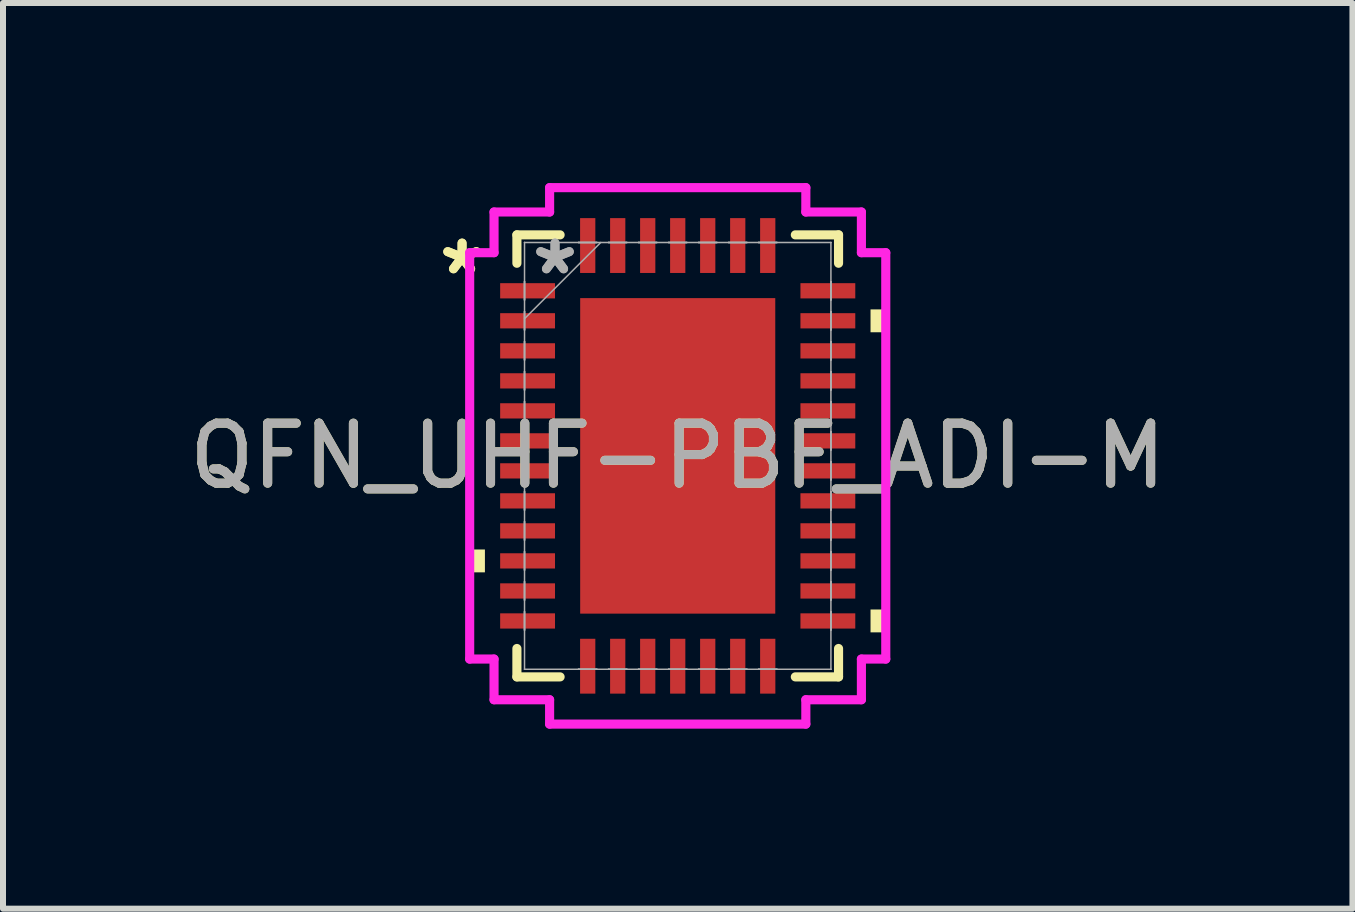
<source format=kicad_pcb>
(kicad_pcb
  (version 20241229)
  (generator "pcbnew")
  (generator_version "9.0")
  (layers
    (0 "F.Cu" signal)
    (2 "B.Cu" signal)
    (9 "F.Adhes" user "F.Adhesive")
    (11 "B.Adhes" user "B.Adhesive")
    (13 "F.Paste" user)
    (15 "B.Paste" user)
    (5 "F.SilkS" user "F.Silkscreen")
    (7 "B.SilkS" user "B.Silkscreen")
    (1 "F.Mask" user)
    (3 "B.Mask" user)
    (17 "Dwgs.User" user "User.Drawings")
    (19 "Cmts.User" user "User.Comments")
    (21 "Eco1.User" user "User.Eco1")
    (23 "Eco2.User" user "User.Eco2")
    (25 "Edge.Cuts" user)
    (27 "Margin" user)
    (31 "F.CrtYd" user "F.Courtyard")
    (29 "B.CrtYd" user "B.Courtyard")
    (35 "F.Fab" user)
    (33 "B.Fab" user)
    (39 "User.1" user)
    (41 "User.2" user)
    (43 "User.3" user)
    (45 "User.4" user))
  (footprint "QFN_UHF-PBF_ADI-M"
    (layer "F.Cu")
    (at 8.244 4.547)
    (property "Reference" "QFN_UHF-PBF_ADI-M" (at 0 0 0) (unlocked yes) (layer "F.SilkS") (effects (font (size 1 1) (thickness 0.15))))
    (attr smd)
    (fp_line (start -2.68 -3.683) (end -2.68 -3.21) (stroke (width 0.152) (type solid)) (layer "F.SilkS"))
    (fp_line (start -2.68 3.21) (end -2.68 3.683) (stroke (width 0.152) (type solid)) (layer "F.SilkS"))
    (fp_line (start -2.68 3.683) (end -1.96 3.683) (stroke (width 0.152) (type solid)) (layer "F.SilkS"))
    (fp_line (start -1.96 -3.683) (end -2.68 -3.683) (stroke (width 0.152) (type solid)) (layer "F.SilkS"))
    (fp_line (start 1.96 3.683) (end 2.68 3.683) (stroke (width 0.152) (type solid)) (layer "F.SilkS"))
    (fp_line (start 2.68 -3.683) (end 1.96 -3.683) (stroke (width 0.152) (type solid)) (layer "F.SilkS"))
    (fp_line (start 2.68 -3.21) (end 2.68 -3.683) (stroke (width 0.152) (type solid)) (layer "F.SilkS"))
    (fp_line (start 2.68 3.683) (end 2.68 3.21) (stroke (width 0.152) (type solid)) (layer "F.SilkS"))
    (fp_poly (pts (xy -3.467 1.56) (xy -3.467 1.941) (xy -3.213 1.941) (xy -3.213 1.56)) (stroke (width 0) (type solid)) (fill yes) (layer "F.SilkS"))
    (fp_poly (pts (xy 3.467 -2.441) (xy 3.467 -2.06) (xy 3.213 -2.06) (xy 3.213 -2.441)) (stroke (width 0) (type solid)) (fill yes) (layer "F.SilkS"))
    (fp_poly (pts (xy 3.467 2.56) (xy 3.467 2.941) (xy 3.213 2.941) (xy 3.213 2.56)) (stroke (width 0) (type solid)) (fill yes) (layer "F.SilkS"))
    (fp_poly (pts (xy -1.526 -2.529) (xy -1.526 -1.414) (xy -0.1 -1.414) (xy -0.1 -2.529)) (stroke (width 0) (type solid)) (fill yes) (layer "F.Paste"))
    (fp_poly (pts (xy -1.526 -1.214) (xy -1.526 -0.1) (xy -0.1 -0.1) (xy -0.1 -1.214)) (stroke (width 0) (type solid)) (fill yes) (layer "F.Paste"))
    (fp_poly (pts (xy -1.526 0.1) (xy -1.526 1.214) (xy -0.1 1.214) (xy -0.1 0.1)) (stroke (width 0) (type solid)) (fill yes) (layer "F.Paste"))
    (fp_poly (pts (xy -1.526 1.414) (xy -1.526 2.529) (xy -0.1 2.529) (xy -0.1 1.414)) (stroke (width 0) (type solid)) (fill yes) (layer "F.Paste"))
    (fp_poly (pts (xy 0.1 -2.529) (xy 0.1 -1.414) (xy 1.526 -1.414) (xy 1.526 -2.529)) (stroke (width 0) (type solid)) (fill yes) (layer "F.Paste"))
    (fp_poly (pts (xy 0.1 -1.214) (xy 0.1 -0.1) (xy 1.526 -0.1) (xy 1.526 -1.214)) (stroke (width 0) (type solid)) (fill yes) (layer "F.Paste"))
    (fp_poly (pts (xy 0.1 0.1) (xy 0.1 1.214) (xy 1.526 1.214) (xy 1.526 0.1)) (stroke (width 0) (type solid)) (fill yes) (layer "F.Paste"))
    (fp_poly (pts (xy 0.1 1.414) (xy 0.1 2.529) (xy 1.526 2.529) (xy 1.526 1.414)) (stroke (width 0) (type solid)) (fill yes) (layer "F.Paste"))
    (fp_line (start -3.467 -3.386) (end -3.061 -3.386) (stroke (width 0.152) (type solid)) (layer "F.CrtYd"))
    (fp_line (start -3.467 3.386) (end -3.467 -3.386) (stroke (width 0.152) (type solid)) (layer "F.CrtYd"))
    (fp_line (start -3.061 -4.064) (end -2.135 -4.064) (stroke (width 0.152) (type solid)) (layer "F.CrtYd"))
    (fp_line (start -3.061 -3.386) (end -3.061 -4.064) (stroke (width 0.152) (type solid)) (layer "F.CrtYd"))
    (fp_line (start -3.061 3.386) (end -3.467 3.386) (stroke (width 0.152) (type solid)) (layer "F.CrtYd"))
    (fp_line (start -3.061 4.064) (end -3.061 3.386) (stroke (width 0.152) (type solid)) (layer "F.CrtYd"))
    (fp_line (start -2.135 -4.47) (end 2.135 -4.47) (stroke (width 0.152) (type solid)) (layer "F.CrtYd"))
    (fp_line (start -2.135 -4.064) (end -2.135 -4.47) (stroke (width 0.152) (type solid)) (layer "F.CrtYd"))
    (fp_line (start -2.135 4.064) (end -3.061 4.064) (stroke (width 0.152) (type solid)) (layer "F.CrtYd"))
    (fp_line (start -2.135 4.47) (end -2.135 4.064) (stroke (width 0.152) (type solid)) (layer "F.CrtYd"))
    (fp_line (start 2.135 -4.47) (end 2.135 -4.064) (stroke (width 0.152) (type solid)) (layer "F.CrtYd"))
    (fp_line (start 2.135 -4.064) (end 3.061 -4.064) (stroke (width 0.152) (type solid)) (layer "F.CrtYd"))
    (fp_line (start 2.135 4.064) (end 2.135 4.47) (stroke (width 0.152) (type solid)) (layer "F.CrtYd"))
    (fp_line (start 2.135 4.47) (end -2.135 4.47) (stroke (width 0.152) (type solid)) (layer "F.CrtYd"))
    (fp_line (start 3.061 -4.064) (end 3.061 -3.386) (stroke (width 0.152) (type solid)) (layer "F.CrtYd"))
    (fp_line (start 3.061 -3.386) (end 3.467 -3.386) (stroke (width 0.152) (type solid)) (layer "F.CrtYd"))
    (fp_line (start 3.061 3.386) (end 3.061 4.064) (stroke (width 0.152) (type solid)) (layer "F.CrtYd"))
    (fp_line (start 3.061 4.064) (end 2.135 4.064) (stroke (width 0.152) (type solid)) (layer "F.CrtYd"))
    (fp_line (start 3.467 -3.386) (end 3.467 3.386) (stroke (width 0.152) (type solid)) (layer "F.CrtYd"))
    (fp_line (start 3.467 3.386) (end 3.061 3.386) (stroke (width 0.152) (type solid)) (layer "F.CrtYd"))
    (fp_line (start -2.553 -3.556) (end -2.553 -3.556) (stroke (width 0.025) (type solid)) (layer "F.Fab"))
    (fp_line (start -2.553 -3.556) (end -2.553 3.556) (stroke (width 0.025) (type solid)) (layer "F.Fab"))
    (fp_line (start -2.553 -2.903) (end -2.553 -2.903) (stroke (width 0.025) (type solid)) (layer "F.Fab"))
    (fp_line (start -2.553 -2.903) (end -2.553 -2.598) (stroke (width 0.025) (type solid)) (layer "F.Fab"))
    (fp_line (start -2.553 -2.598) (end -2.553 -2.903) (stroke (width 0.025) (type solid)) (layer "F.Fab"))
    (fp_line (start -2.553 -2.598) (end -2.553 -2.598) (stroke (width 0.025) (type solid)) (layer "F.Fab"))
    (fp_line (start -2.553 -2.403) (end -2.553 -2.403) (stroke (width 0.025) (type solid)) (layer "F.Fab"))
    (fp_line (start -2.553 -2.403) (end -2.553 -2.098) (stroke (width 0.025) (type solid)) (layer "F.Fab"))
    (fp_line (start -2.553 -2.286) (end -1.283 -3.556) (stroke (width 0.025) (type solid)) (layer "F.Fab"))
    (fp_line (start -2.553 -2.098) (end -2.553 -2.403) (stroke (width 0.025) (type solid)) (layer "F.Fab"))
    (fp_line (start -2.553 -2.098) (end -2.553 -2.098) (stroke (width 0.025) (type solid)) (layer "F.Fab"))
    (fp_line (start -2.553 -1.903) (end -2.553 -1.903) (stroke (width 0.025) (type solid)) (layer "F.Fab"))
    (fp_line (start -2.553 -1.903) (end -2.553 -1.598) (stroke (width 0.025) (type solid)) (layer "F.Fab"))
    (fp_line (start -2.553 -1.598) (end -2.553 -1.903) (stroke (width 0.025) (type solid)) (layer "F.Fab"))
    (fp_line (start -2.553 -1.598) (end -2.553 -1.598) (stroke (width 0.025) (type solid)) (layer "F.Fab"))
    (fp_line (start -2.553 -1.403) (end -2.553 -1.403) (stroke (width 0.025) (type solid)) (layer "F.Fab"))
    (fp_line (start -2.553 -1.403) (end -2.553 -1.098) (stroke (width 0.025) (type solid)) (layer "F.Fab"))
    (fp_line (start -2.553 -1.098) (end -2.553 -1.403) (stroke (width 0.025) (type solid)) (layer "F.Fab"))
    (fp_line (start -2.553 -1.098) (end -2.553 -1.098) (stroke (width 0.025) (type solid)) (layer "F.Fab"))
    (fp_line (start -2.553 -0.903) (end -2.553 -0.903) (stroke (width 0.025) (type solid)) (layer "F.Fab"))
    (fp_line (start -2.553 -0.903) (end -2.553 -0.598) (stroke (width 0.025) (type solid)) (layer "F.Fab"))
    (fp_line (start -2.553 -0.598) (end -2.553 -0.903) (stroke (width 0.025) (type solid)) (layer "F.Fab"))
    (fp_line (start -2.553 -0.598) (end -2.553 -0.598) (stroke (width 0.025) (type solid)) (layer "F.Fab"))
    (fp_line (start -2.553 -0.402) (end -2.553 -0.402) (stroke (width 0.025) (type solid)) (layer "F.Fab"))
    (fp_line (start -2.553 -0.402) (end -2.553 -0.098) (stroke (width 0.025) (type solid)) (layer "F.Fab"))
    (fp_line (start -2.553 -0.098) (end -2.553 -0.402) (stroke (width 0.025) (type solid)) (layer "F.Fab"))
    (fp_line (start -2.553 -0.098) (end -2.553 -0.098) (stroke (width 0.025) (type solid)) (layer "F.Fab"))
    (fp_line (start -2.553 0.098) (end -2.553 0.098) (stroke (width 0.025) (type solid)) (layer "F.Fab"))
    (fp_line (start -2.553 0.098) (end -2.553 0.402) (stroke (width 0.025) (type solid)) (layer "F.Fab"))
    (fp_line (start -2.553 0.402) (end -2.553 0.098) (stroke (width 0.025) (type solid)) (layer "F.Fab"))
    (fp_line (start -2.553 0.402) (end -2.553 0.402) (stroke (width 0.025) (type solid)) (layer "F.Fab"))
    (fp_line (start -2.553 0.598) (end -2.553 0.598) (stroke (width 0.025) (type solid)) (layer "F.Fab"))
    (fp_line (start -2.553 0.598) (end -2.553 0.903) (stroke (width 0.025) (type solid)) (layer "F.Fab"))
    (fp_line (start -2.553 0.903) (end -2.553 0.598) (stroke (width 0.025) (type solid)) (layer "F.Fab"))
    (fp_line (start -2.553 0.903) (end -2.553 0.903) (stroke (width 0.025) (type solid)) (layer "F.Fab"))
    (fp_line (start -2.553 1.098) (end -2.553 1.098) (stroke (width 0.025) (type solid)) (layer "F.Fab"))
    (fp_line (start -2.553 1.098) (end -2.553 1.403) (stroke (width 0.025) (type solid)) (layer "F.Fab"))
    (fp_line (start -2.553 1.403) (end -2.553 1.098) (stroke (width 0.025) (type solid)) (layer "F.Fab"))
    (fp_line (start -2.553 1.403) (end -2.553 1.403) (stroke (width 0.025) (type solid)) (layer "F.Fab"))
    (fp_line (start -2.553 1.598) (end -2.553 1.598) (stroke (width 0.025) (type solid)) (layer "F.Fab"))
    (fp_line (start -2.553 1.598) (end -2.553 1.903) (stroke (width 0.025) (type solid)) (layer "F.Fab"))
    (fp_line (start -2.553 1.903) (end -2.553 1.598) (stroke (width 0.025) (type solid)) (layer "F.Fab"))
    (fp_line (start -2.553 1.903) (end -2.553 1.903) (stroke (width 0.025) (type solid)) (layer "F.Fab"))
    (fp_line (start -2.553 2.098) (end -2.553 2.098) (stroke (width 0.025) (type solid)) (layer "F.Fab"))
    (fp_line (start -2.553 2.098) (end -2.553 2.403) (stroke (width 0.025) (type solid)) (layer "F.Fab"))
    (fp_line (start -2.553 2.403) (end -2.553 2.098) (stroke (width 0.025) (type solid)) (layer "F.Fab"))
    (fp_line (start -2.553 2.403) (end -2.553 2.403) (stroke (width 0.025) (type solid)) (layer "F.Fab"))
    (fp_line (start -2.553 2.598) (end -2.553 2.598) (stroke (width 0.025) (type solid)) (layer "F.Fab"))
    (fp_line (start -2.553 2.598) (end -2.553 2.903) (stroke (width 0.025) (type solid)) (layer "F.Fab"))
    (fp_line (start -2.553 2.903) (end -2.553 2.598) (stroke (width 0.025) (type solid)) (layer "F.Fab"))
    (fp_line (start -2.553 2.903) (end -2.553 2.903) (stroke (width 0.025) (type solid)) (layer "F.Fab"))
    (fp_line (start -2.553 3.556) (end -2.553 3.556) (stroke (width 0.025) (type solid)) (layer "F.Fab"))
    (fp_line (start -2.553 3.556) (end 2.553 3.556) (stroke (width 0.025) (type solid)) (layer "F.Fab"))
    (fp_line (start -1.653 -3.556) (end -1.653 -3.556) (stroke (width 0.025) (type solid)) (layer "F.Fab"))
    (fp_line (start -1.653 -3.556) (end -1.348 -3.556) (stroke (width 0.025) (type solid)) (layer "F.Fab"))
    (fp_line (start -1.653 3.556) (end -1.653 3.556) (stroke (width 0.025) (type solid)) (layer "F.Fab"))
    (fp_line (start -1.653 3.556) (end -1.348 3.556) (stroke (width 0.025) (type solid)) (layer "F.Fab"))
    (fp_line (start -1.348 -3.556) (end -1.653 -3.556) (stroke (width 0.025) (type solid)) (layer "F.Fab"))
    (fp_line (start -1.348 -3.556) (end -1.348 -3.556) (stroke (width 0.025) (type solid)) (layer "F.Fab"))
    (fp_line (start -1.348 3.556) (end -1.653 3.556) (stroke (width 0.025) (type solid)) (layer "F.Fab"))
    (fp_line (start -1.348 3.556) (end -1.348 3.556) (stroke (width 0.025) (type solid)) (layer "F.Fab"))
    (fp_line (start -1.153 -3.556) (end -1.153 -3.556) (stroke (width 0.025) (type solid)) (layer "F.Fab"))
    (fp_line (start -1.153 -3.556) (end -0.848 -3.556) (stroke (width 0.025) (type solid)) (layer "F.Fab"))
    (fp_line (start -1.153 3.556) (end -1.153 3.556) (stroke (width 0.025) (type solid)) (layer "F.Fab"))
    (fp_line (start -1.153 3.556) (end -0.848 3.556) (stroke (width 0.025) (type solid)) (layer "F.Fab"))
    (fp_line (start -0.848 -3.556) (end -1.153 -3.556) (stroke (width 0.025) (type solid)) (layer "F.Fab"))
    (fp_line (start -0.848 -3.556) (end -0.848 -3.556) (stroke (width 0.025) (type solid)) (layer "F.Fab"))
    (fp_line (start -0.848 3.556) (end -1.153 3.556) (stroke (width 0.025) (type solid)) (layer "F.Fab"))
    (fp_line (start -0.848 3.556) (end -0.848 3.556) (stroke (width 0.025) (type solid)) (layer "F.Fab"))
    (fp_line (start -0.653 -3.556) (end -0.653 -3.556) (stroke (width 0.025) (type solid)) (layer "F.Fab"))
    (fp_line (start -0.653 -3.556) (end -0.348 -3.556) (stroke (width 0.025) (type solid)) (layer "F.Fab"))
    (fp_line (start -0.653 3.556) (end -0.653 3.556) (stroke (width 0.025) (type solid)) (layer "F.Fab"))
    (fp_line (start -0.653 3.556) (end -0.348 3.556) (stroke (width 0.025) (type solid)) (layer "F.Fab"))
    (fp_line (start -0.348 -3.556) (end -0.653 -3.556) (stroke (width 0.025) (type solid)) (layer "F.Fab"))
    (fp_line (start -0.348 -3.556) (end -0.348 -3.556) (stroke (width 0.025) (type solid)) (layer "F.Fab"))
    (fp_line (start -0.348 3.556) (end -0.653 3.556) (stroke (width 0.025) (type solid)) (layer "F.Fab"))
    (fp_line (start -0.348 3.556) (end -0.348 3.556) (stroke (width 0.025) (type solid)) (layer "F.Fab"))
    (fp_line (start -0.152 -3.556) (end -0.152 -3.556) (stroke (width 0.025) (type solid)) (layer "F.Fab"))
    (fp_line (start -0.152 -3.556) (end 0.152 -3.556) (stroke (width 0.025) (type solid)) (layer "F.Fab"))
    (fp_line (start -0.152 3.556) (end -0.152 3.556) (stroke (width 0.025) (type solid)) (layer "F.Fab"))
    (fp_line (start -0.152 3.556) (end 0.152 3.556) (stroke (width 0.025) (type solid)) (layer "F.Fab"))
    (fp_line (start 0.152 -3.556) (end -0.152 -3.556) (stroke (width 0.025) (type solid)) (layer "F.Fab"))
    (fp_line (start 0.152 -3.556) (end 0.152 -3.556) (stroke (width 0.025) (type solid)) (layer "F.Fab"))
    (fp_line (start 0.152 3.556) (end -0.152 3.556) (stroke (width 0.025) (type solid)) (layer "F.Fab"))
    (fp_line (start 0.152 3.556) (end 0.152 3.556) (stroke (width 0.025) (type solid)) (layer "F.Fab"))
    (fp_line (start 0.348 -3.556) (end 0.348 -3.556) (stroke (width 0.025) (type solid)) (layer "F.Fab"))
    (fp_line (start 0.348 -3.556) (end 0.653 -3.556) (stroke (width 0.025) (type solid)) (layer "F.Fab"))
    (fp_line (start 0.348 3.556) (end 0.348 3.556) (stroke (width 0.025) (type solid)) (layer "F.Fab"))
    (fp_line (start 0.348 3.556) (end 0.653 3.556) (stroke (width 0.025) (type solid)) (layer "F.Fab"))
    (fp_line (start 0.653 -3.556) (end 0.348 -3.556) (stroke (width 0.025) (type solid)) (layer "F.Fab"))
    (fp_line (start 0.653 -3.556) (end 0.653 -3.556) (stroke (width 0.025) (type solid)) (layer "F.Fab"))
    (fp_line (start 0.653 3.556) (end 0.348 3.556) (stroke (width 0.025) (type solid)) (layer "F.Fab"))
    (fp_line (start 0.653 3.556) (end 0.653 3.556) (stroke (width 0.025) (type solid)) (layer "F.Fab"))
    (fp_line (start 0.848 -3.556) (end 0.848 -3.556) (stroke (width 0.025) (type solid)) (layer "F.Fab"))
    (fp_line (start 0.848 -3.556) (end 1.153 -3.556) (stroke (width 0.025) (type solid)) (layer "F.Fab"))
    (fp_line (start 0.848 3.556) (end 0.848 3.556) (stroke (width 0.025) (type solid)) (layer "F.Fab"))
    (fp_line (start 0.848 3.556) (end 1.153 3.556) (stroke (width 0.025) (type solid)) (layer "F.Fab"))
    (fp_line (start 1.153 -3.556) (end 0.848 -3.556) (stroke (width 0.025) (type solid)) (layer "F.Fab"))
    (fp_line (start 1.153 -3.556) (end 1.153 -3.556) (stroke (width 0.025) (type solid)) (layer "F.Fab"))
    (fp_line (start 1.153 3.556) (end 0.848 3.556) (stroke (width 0.025) (type solid)) (layer "F.Fab"))
    (fp_line (start 1.153 3.556) (end 1.153 3.556) (stroke (width 0.025) (type solid)) (layer "F.Fab"))
    (fp_line (start 1.348 -3.556) (end 1.348 -3.556) (stroke (width 0.025) (type solid)) (layer "F.Fab"))
    (fp_line (start 1.348 -3.556) (end 1.653 -3.556) (stroke (width 0.025) (type solid)) (layer "F.Fab"))
    (fp_line (start 1.348 3.556) (end 1.348 3.556) (stroke (width 0.025) (type solid)) (layer "F.Fab"))
    (fp_line (start 1.348 3.556) (end 1.653 3.556) (stroke (width 0.025) (type solid)) (layer "F.Fab"))
    (fp_line (start 1.653 -3.556) (end 1.348 -3.556) (stroke (width 0.025) (type solid)) (layer "F.Fab"))
    (fp_line (start 1.653 -3.556) (end 1.653 -3.556) (stroke (width 0.025) (type solid)) (layer "F.Fab"))
    (fp_line (start 1.653 3.556) (end 1.348 3.556) (stroke (width 0.025) (type solid)) (layer "F.Fab"))
    (fp_line (start 1.653 3.556) (end 1.653 3.556) (stroke (width 0.025) (type solid)) (layer "F.Fab"))
    (fp_line (start 2.553 -3.556) (end -2.553 -3.556) (stroke (width 0.025) (type solid)) (layer "F.Fab"))
    (fp_line (start 2.553 -3.556) (end 2.553 -3.556) (stroke (width 0.025) (type solid)) (layer "F.Fab"))
    (fp_line (start 2.553 -2.903) (end 2.553 -2.903) (stroke (width 0.025) (type solid)) (layer "F.Fab"))
    (fp_line (start 2.553 -2.903) (end 2.553 -2.598) (stroke (width 0.025) (type solid)) (layer "F.Fab"))
    (fp_line (start 2.553 -2.598) (end 2.553 -2.903) (stroke (width 0.025) (type solid)) (layer "F.Fab"))
    (fp_line (start 2.553 -2.598) (end 2.553 -2.598) (stroke (width 0.025) (type solid)) (layer "F.Fab"))
    (fp_line (start 2.553 -2.403) (end 2.553 -2.403) (stroke (width 0.025) (type solid)) (layer "F.Fab"))
    (fp_line (start 2.553 -2.403) (end 2.553 -2.098) (stroke (width 0.025) (type solid)) (layer "F.Fab"))
    (fp_line (start 2.553 -2.098) (end 2.553 -2.403) (stroke (width 0.025) (type solid)) (layer "F.Fab"))
    (fp_line (start 2.553 -2.098) (end 2.553 -2.098) (stroke (width 0.025) (type solid)) (layer "F.Fab"))
    (fp_line (start 2.553 -1.903) (end 2.553 -1.903) (stroke (width 0.025) (type solid)) (layer "F.Fab"))
    (fp_line (start 2.553 -1.903) (end 2.553 -1.598) (stroke (width 0.025) (type solid)) (layer "F.Fab"))
    (fp_line (start 2.553 -1.598) (end 2.553 -1.903) (stroke (width 0.025) (type solid)) (layer "F.Fab"))
    (fp_line (start 2.553 -1.598) (end 2.553 -1.598) (stroke (width 0.025) (type solid)) (layer "F.Fab"))
    (fp_line (start 2.553 -1.403) (end 2.553 -1.403) (stroke (width 0.025) (type solid)) (layer "F.Fab"))
    (fp_line (start 2.553 -1.403) (end 2.553 -1.098) (stroke (width 0.025) (type solid)) (layer "F.Fab"))
    (fp_line (start 2.553 -1.098) (end 2.553 -1.403) (stroke (width 0.025) (type solid)) (layer "F.Fab"))
    (fp_line (start 2.553 -1.098) (end 2.553 -1.098) (stroke (width 0.025) (type solid)) (layer "F.Fab"))
    (fp_line (start 2.553 -0.903) (end 2.553 -0.903) (stroke (width 0.025) (type solid)) (layer "F.Fab"))
    (fp_line (start 2.553 -0.903) (end 2.553 -0.598) (stroke (width 0.025) (type solid)) (layer "F.Fab"))
    (fp_line (start 2.553 -0.598) (end 2.553 -0.903) (stroke (width 0.025) (type solid)) (layer "F.Fab"))
    (fp_line (start 2.553 -0.598) (end 2.553 -0.598) (stroke (width 0.025) (type solid)) (layer "F.Fab"))
    (fp_line (start 2.553 -0.402) (end 2.553 -0.402) (stroke (width 0.025) (type solid)) (layer "F.Fab"))
    (fp_line (start 2.553 -0.402) (end 2.553 -0.098) (stroke (width 0.025) (type solid)) (layer "F.Fab"))
    (fp_line (start 2.553 -0.098) (end 2.553 -0.402) (stroke (width 0.025) (type solid)) (layer "F.Fab"))
    (fp_line (start 2.553 -0.098) (end 2.553 -0.098) (stroke (width 0.025) (type solid)) (layer "F.Fab"))
    (fp_line (start 2.553 0.098) (end 2.553 0.098) (stroke (width 0.025) (type solid)) (layer "F.Fab"))
    (fp_line (start 2.553 0.098) (end 2.553 0.402) (stroke (width 0.025) (type solid)) (layer "F.Fab"))
    (fp_line (start 2.553 0.402) (end 2.553 0.098) (stroke (width 0.025) (type solid)) (layer "F.Fab"))
    (fp_line (start 2.553 0.402) (end 2.553 0.402) (stroke (width 0.025) (type solid)) (layer "F.Fab"))
    (fp_line (start 2.553 0.598) (end 2.553 0.598) (stroke (width 0.025) (type solid)) (layer "F.Fab"))
    (fp_line (start 2.553 0.598) (end 2.553 0.903) (stroke (width 0.025) (type solid)) (layer "F.Fab"))
    (fp_line (start 2.553 0.903) (end 2.553 0.598) (stroke (width 0.025) (type solid)) (layer "F.Fab"))
    (fp_line (start 2.553 0.903) (end 2.553 0.903) (stroke (width 0.025) (type solid)) (layer "F.Fab"))
    (fp_line (start 2.553 1.098) (end 2.553 1.098) (stroke (width 0.025) (type solid)) (layer "F.Fab"))
    (fp_line (start 2.553 1.098) (end 2.553 1.403) (stroke (width 0.025) (type solid)) (layer "F.Fab"))
    (fp_line (start 2.553 1.403) (end 2.553 1.098) (stroke (width 0.025) (type solid)) (layer "F.Fab"))
    (fp_line (start 2.553 1.403) (end 2.553 1.403) (stroke (width 0.025) (type solid)) (layer "F.Fab"))
    (fp_line (start 2.553 1.598) (end 2.553 1.598) (stroke (width 0.025) (type solid)) (layer "F.Fab"))
    (fp_line (start 2.553 1.598) (end 2.553 1.903) (stroke (width 0.025) (type solid)) (layer "F.Fab"))
    (fp_line (start 2.553 1.903) (end 2.553 1.598) (stroke (width 0.025) (type solid)) (layer "F.Fab"))
    (fp_line (start 2.553 1.903) (end 2.553 1.903) (stroke (width 0.025) (type solid)) (layer "F.Fab"))
    (fp_line (start 2.553 2.098) (end 2.553 2.098) (stroke (width 0.025) (type solid)) (layer "F.Fab"))
    (fp_line (start 2.553 2.098) (end 2.553 2.403) (stroke (width 0.025) (type solid)) (layer "F.Fab"))
    (fp_line (start 2.553 2.403) (end 2.553 2.098) (stroke (width 0.025) (type solid)) (layer "F.Fab"))
    (fp_line (start 2.553 2.403) (end 2.553 2.403) (stroke (width 0.025) (type solid)) (layer "F.Fab"))
    (fp_line (start 2.553 2.598) (end 2.553 2.598) (stroke (width 0.025) (type solid)) (layer "F.Fab"))
    (fp_line (start 2.553 2.598) (end 2.553 2.903) (stroke (width 0.025) (type solid)) (layer "F.Fab"))
    (fp_line (start 2.553 2.903) (end 2.553 2.598) (stroke (width 0.025) (type solid)) (layer "F.Fab"))
    (fp_line (start 2.553 2.903) (end 2.553 2.903) (stroke (width 0.025) (type solid)) (layer "F.Fab"))
    (fp_line (start 2.553 3.556) (end 2.553 -3.556) (stroke (width 0.025) (type solid)) (layer "F.Fab"))
    (fp_line (start 2.553 3.556) (end 2.553 3.556) (stroke (width 0.025) (type solid)) (layer "F.Fab"))
    (fp_text user "*" (at -3.594 -3.001 0) (layer "F.SilkS") (effects (font (size 1 1) (thickness 0.15))))
    (fp_text user "*" (at -3.594 -3.001 0) (unlocked yes) (layer "F.SilkS") (effects (font (size 1 1) (thickness 0.15))))
    (fp_text user "${REFERENCE}" (at 0 0 0) (unlocked yes) (layer "F.Fab") (effects (font (size 1 1) (thickness 0.15))))
    (fp_text user "*" (at -2.045 -3.001 0) (layer "F.Fab") (effects (font (size 1 1) (thickness 0.15))))
    (fp_text user "*" (at -2.045 -3.001 0) (unlocked yes) (layer "F.Fab") (effects (font (size 1 1) (thickness 0.15))))
    (pad "1" smd rect (at -2.502 -2.751 90) (size 0.254 0.914) (layers "F.Cu" "F.Mask" "F.Paste"))
    (pad "2" smd rect (at -2.502 -2.251 90) (size 0.254 0.914) (layers "F.Cu" "F.Mask" "F.Paste"))
    (pad "3" smd rect (at -2.502 -1.75 90) (size 0.254 0.914) (layers "F.Cu" "F.Mask" "F.Paste"))
    (pad "4" smd rect (at -2.502 -1.25 90) (size 0.254 0.914) (layers "F.Cu" "F.Mask" "F.Paste"))
    (pad "5" smd rect (at -2.502 -0.75 90) (size 0.254 0.914) (layers "F.Cu" "F.Mask" "F.Paste"))
    (pad "6" smd rect (at -2.502 -0.25 90) (size 0.254 0.914) (layers "F.Cu" "F.Mask" "F.Paste"))
    (pad "7" smd rect (at -2.502 0.25 90) (size 0.254 0.914) (layers "F.Cu" "F.Mask" "F.Paste"))
    (pad "8" smd rect (at -2.502 0.75 90) (size 0.254 0.914) (layers "F.Cu" "F.Mask" "F.Paste"))
    (pad "9" smd rect (at -2.502 1.25 90) (size 0.254 0.914) (layers "F.Cu" "F.Mask" "F.Paste"))
    (pad "10" smd rect (at -2.502 1.75 90) (size 0.254 0.914) (layers "F.Cu" "F.Mask" "F.Paste"))
    (pad "11" smd rect (at -2.502 2.251 90) (size 0.254 0.914) (layers "F.Cu" "F.Mask" "F.Paste"))
    (pad "12" smd rect (at -2.502 2.751 90) (size 0.254 0.914) (layers "F.Cu" "F.Mask" "F.Paste"))
    (pad "13" smd rect (at -1.5 3.505) (size 0.254 0.914) (layers "F.Cu" "F.Mask" "F.Paste"))
    (pad "14" smd rect (at -1 3.505) (size 0.254 0.914) (layers "F.Cu" "F.Mask" "F.Paste"))
    (pad "15" smd rect (at -0.5 3.505) (size 0.254 0.914) (layers "F.Cu" "F.Mask" "F.Paste"))
    (pad "16" smd rect (at 0 3.505) (size 0.254 0.914) (layers "F.Cu" "F.Mask" "F.Paste"))
    (pad "17" smd rect (at 0.5 3.505) (size 0.254 0.914) (layers "F.Cu" "F.Mask" "F.Paste"))
    (pad "18" smd rect (at 1 3.505) (size 0.254 0.914) (layers "F.Cu" "F.Mask" "F.Paste"))
    (pad "19" smd rect (at 1.5 3.505) (size 0.254 0.914) (layers "F.Cu" "F.Mask" "F.Paste"))
    (pad "20" smd rect (at 2.502 2.751 90) (size 0.254 0.914) (layers "F.Cu" "F.Mask" "F.Paste"))
    (pad "21" smd rect (at 2.502 2.251 90) (size 0.254 0.914) (layers "F.Cu" "F.Mask" "F.Paste"))
    (pad "22" smd rect (at 2.502 1.75 90) (size 0.254 0.914) (layers "F.Cu" "F.Mask" "F.Paste"))
    (pad "23" smd rect (at 2.502 1.25 90) (size 0.254 0.914) (layers "F.Cu" "F.Mask" "F.Paste"))
    (pad "24" smd rect (at 2.502 0.75 90) (size 0.254 0.914) (layers "F.Cu" "F.Mask" "F.Paste"))
    (pad "25" smd rect (at 2.502 0.25 90) (size 0.254 0.914) (layers "F.Cu" "F.Mask" "F.Paste"))
    (pad "26" smd rect (at 2.502 -0.25 90) (size 0.254 0.914) (layers "F.Cu" "F.Mask" "F.Paste"))
    (pad "27" smd rect (at 2.502 -0.75 90) (size 0.254 0.914) (layers "F.Cu" "F.Mask" "F.Paste"))
    (pad "28" smd rect (at 2.502 -1.25 90) (size 0.254 0.914) (layers "F.Cu" "F.Mask" "F.Paste"))
    (pad "29" smd rect (at 2.502 -1.75 90) (size 0.254 0.914) (layers "F.Cu" "F.Mask" "F.Paste"))
    (pad "30" smd rect (at 2.502 -2.251 90) (size 0.254 0.914) (layers "F.Cu" "F.Mask" "F.Paste"))
    (pad "31" smd rect (at 2.502 -2.751 90) (size 0.254 0.914) (layers "F.Cu" "F.Mask" "F.Paste"))
    (pad "32" smd rect (at 1.5 -3.505) (size 0.254 0.914) (layers "F.Cu" "F.Mask" "F.Paste"))
    (pad "33" smd rect (at 1 -3.505) (size 0.254 0.914) (layers "F.Cu" "F.Mask" "F.Paste"))
    (pad "34" smd rect (at 0.5 -3.505) (size 0.254 0.914) (layers "F.Cu" "F.Mask" "F.Paste"))
    (pad "35" smd rect (at 0 -3.505) (size 0.254 0.914) (layers "F.Cu" "F.Mask" "F.Paste"))
    (pad "36" smd rect (at -0.5 -3.505) (size 0.254 0.914) (layers "F.Cu" "F.Mask" "F.Paste"))
    (pad "37" smd rect (at -1 -3.505) (size 0.254 0.914) (layers "F.Cu" "F.Mask" "F.Paste"))
    (pad "38" smd rect (at -1.5 -3.505) (size 0.254 0.914) (layers "F.Cu" "F.Mask" "F.Paste"))
    (pad "39" smd rect (at 0 0) (size 3.251 5.258) (layers "F.Cu" "F.Mask")))
  (gr_rect
    (start -3 -3)
    (end 19.488 12.093)
    (stroke (width 0.1) (type default))
    (fill no)
    (layer "Edge.Cuts")))
</source>
